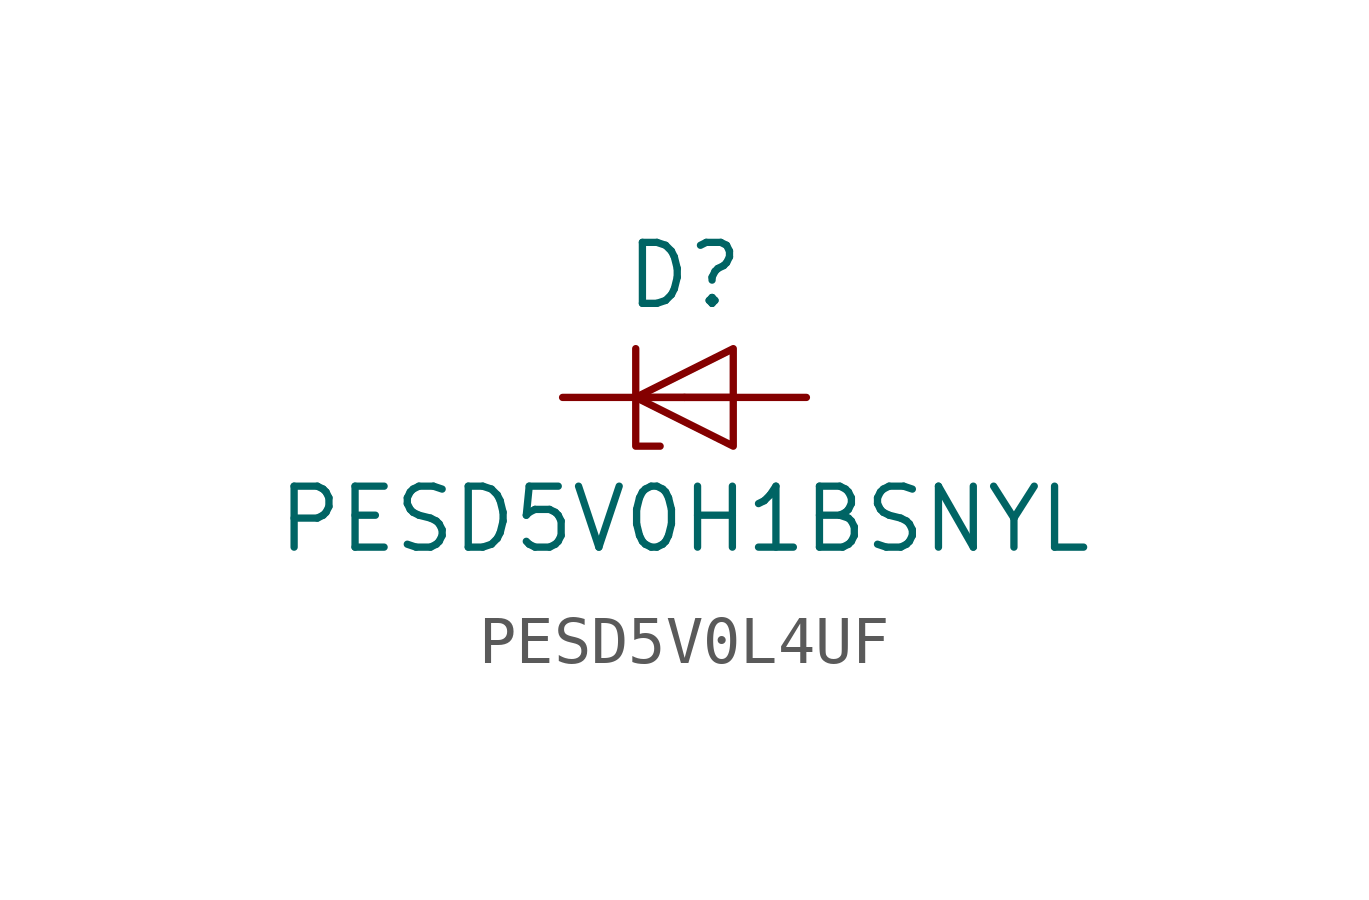
<source format=kicad_sym>
(kicad_symbol_lib
  (version 20220914)
  (generator kicad_symbol_editor)
  (symbol "PESD5V0L4UF"
    (pin_numbers hide)
    (pin_names hide)
    (property "Reference" "D"
      (at 0 2.54 0)
      (effects (font (size 1.27 1.27))))
    (property "Value" "PESD5V0H1BSNYL"
      (at 0 -2.54 0)
      (effects (font (size 1.27 1.27))))
    (symbol "PESD5V0L4UF_0_1"
      (polyline (pts (xy -1.016 0) (xy 1.016 0)) (stroke (width 0) (type default)) (fill (type none)))
      (polyline (pts (xy -1.016 1.016) (xy -1.016 -1.016) (xy -0.508 -1.016)) (stroke (width 0) (type default)) (fill (type none)))
      (polyline (pts (xy 1.016 1.016) (xy -1.016 0) (xy 1.016 -1.016) (xy 1.016 1.016)) (stroke (width 0) (type default)) (fill (type none))))
    (symbol "PESD5V0L4UF_1_1"
      (pin passive line (at -2.54 0 0) (length 2.54) (name "K1" (effects (font (size 1.27 1.27)))) (number "1" (effects (font (size 1.27 1.27)))))
      (pin passive line (at 2.54 0 180) (length 2.54) (name "A" (effects (font (size 1.27 1.27)))) (number "2" (effects (font (size 1.27 1.27))))))))
</source>
